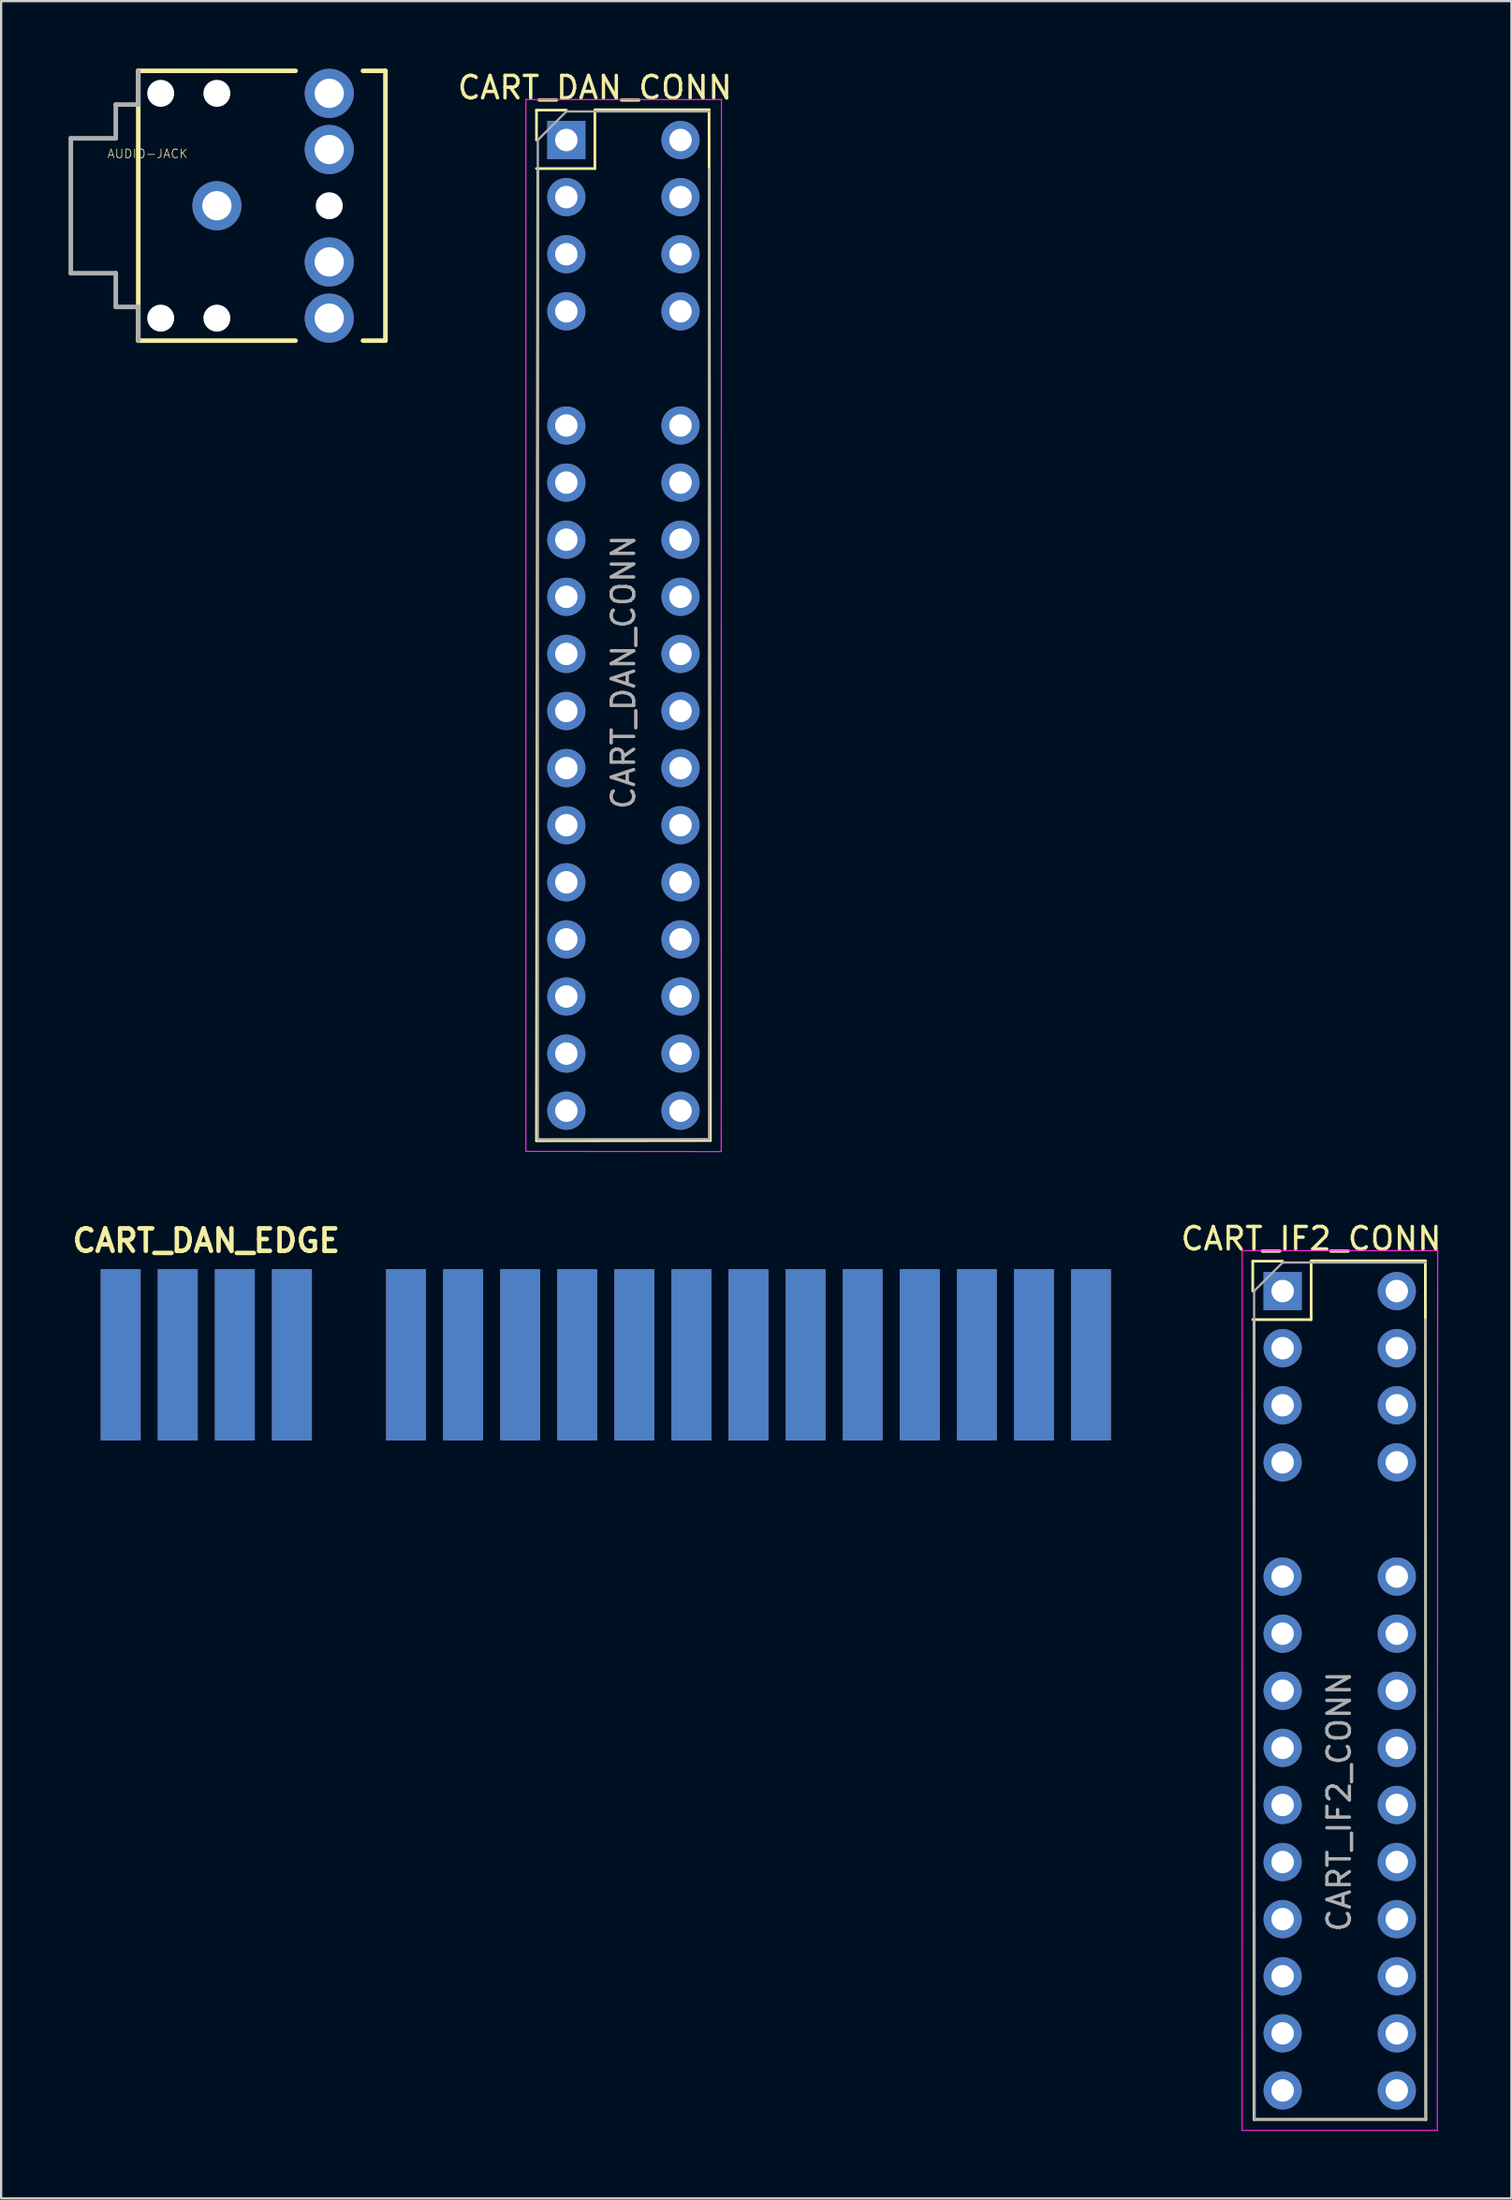
<source format=kicad_pcb>
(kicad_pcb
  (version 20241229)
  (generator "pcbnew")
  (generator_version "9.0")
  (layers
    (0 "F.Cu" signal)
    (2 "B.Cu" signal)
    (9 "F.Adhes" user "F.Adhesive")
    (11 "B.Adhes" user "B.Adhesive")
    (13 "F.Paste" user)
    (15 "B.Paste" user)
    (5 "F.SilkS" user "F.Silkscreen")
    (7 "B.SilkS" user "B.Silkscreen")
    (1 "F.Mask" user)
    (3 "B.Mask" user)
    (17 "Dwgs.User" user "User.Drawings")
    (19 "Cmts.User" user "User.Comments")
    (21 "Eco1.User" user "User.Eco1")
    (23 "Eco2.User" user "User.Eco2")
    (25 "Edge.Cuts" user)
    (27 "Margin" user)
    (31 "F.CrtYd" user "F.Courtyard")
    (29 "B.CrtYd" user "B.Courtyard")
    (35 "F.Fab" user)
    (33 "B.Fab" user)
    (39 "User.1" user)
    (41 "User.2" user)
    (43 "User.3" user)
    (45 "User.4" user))
  (footprint "CART_DAN_CONN"
    (layer "F.Cu")
    (at 22.153 3.178)
    (property "Reference" "CART_DAN_CONN" (at 1.27 -2.33 0) (layer "F.SilkS") (effects (font (size 1 1) (thickness 0.15))))
    (attr through_hole)
    (fp_line (start -1.33 -1.33) (end 0 -1.33) (stroke (width 0.12) (type solid)) (layer "F.SilkS"))
    (fp_line (start -1.33 0) (end -1.33 -1.33) (stroke (width 0.12) (type solid)) (layer "F.SilkS"))
    (fp_line (start -1.33 1.27) (end 1.27 1.27) (stroke (width 0.12) (type solid)) (layer "F.SilkS"))
    (fp_line (start -1.33 44.52) (end 6.41 44.51) (stroke (width 0.12) (type solid)) (layer "F.SilkS"))
    (fp_line (start -1.27 1.27) (end -1.33 44.51) (stroke (width 0.12) (type solid)) (layer "F.SilkS"))
    (fp_line (start 1.27 -1.346) (end 6.35 -1.346) (stroke (width 0.12) (type solid)) (layer "F.SilkS"))
    (fp_line (start 1.27 1.27) (end 1.27 -1.33) (stroke (width 0.12) (type solid)) (layer "F.SilkS"))
    (fp_line (start 6.35 -1.346) (end 6.41 44.51) (stroke (width 0.12) (type solid)) (layer "F.SilkS"))
    (fp_line (start -1.8 -1.8) (end -1.8 44.99) (stroke (width 0.05) (type solid)) (layer "F.CrtYd"))
    (fp_line (start -1.8 44.99) (end 6.9 45) (stroke (width 0.05) (type solid)) (layer "F.CrtYd"))
    (fp_line (start 6.89 44.99) (end 6.9 -1.8) (stroke (width 0.05) (type solid)) (layer "F.CrtYd"))
    (fp_line (start 6.9 -1.8) (end -1.8 -1.8) (stroke (width 0.05) (type solid)) (layer "F.CrtYd"))
    (fp_line (start -1.27 0) (end 0 -1.27) (stroke (width 0.1) (type solid)) (layer "F.Fab"))
    (fp_line (start -1.27 44.45) (end -1.27 0) (stroke (width 0.1) (type solid)) (layer "F.Fab"))
    (fp_line (start 0 -1.27) (end 6.35 -1.27) (stroke (width 0.1) (type solid)) (layer "F.Fab"))
    (fp_line (start 6.332 44.445) (end -1.27 44.45) (stroke (width 0.1) (type solid)) (layer "F.Fab"))
    (fp_line (start 6.35 1.27) (end 6.35 44.45) (stroke (width 0.1) (type solid)) (layer "F.Fab"))
    (fp_text user "${REFERENCE}" (at 2.54 23.673 90) (layer "F.Fab") (effects (font (size 1 1) (thickness 0.15))))
    (pad "1" thru_hole rect (at 0 0) (size 1.7 1.7) (drill 1) (layers "*.Cu" "*.Mask"))
    (pad "2" thru_hole oval (at 5.08 0) (size 1.7 1.7) (drill 1) (layers "*.Cu" "*.Mask"))
    (pad "3" thru_hole oval (at 0 2.54) (size 1.7 1.7) (drill 1) (layers "*.Cu" "*.Mask"))
    (pad "4" thru_hole oval (at 5.08 2.54) (size 1.7 1.7) (drill 1) (layers "*.Cu" "*.Mask"))
    (pad "5" thru_hole oval (at 0 5.08) (size 1.7 1.7) (drill 1) (layers "*.Cu" "*.Mask"))
    (pad "6" thru_hole oval (at 5.08 5.08) (size 1.7 1.7) (drill 1) (layers "*.Cu" "*.Mask"))
    (pad "7" thru_hole oval (at 0 7.62) (size 1.7 1.7) (drill 1) (layers "*.Cu" "*.Mask"))
    (pad "8" thru_hole oval (at 5.08 7.62) (size 1.7 1.7) (drill 1) (layers "*.Cu" "*.Mask"))
    (pad "9" thru_hole oval (at 0 12.7) (size 1.7 1.7) (drill 1) (layers "*.Cu" "*.Mask"))
    (pad "10" thru_hole oval (at 5.08 12.7) (size 1.7 1.7) (drill 1) (layers "*.Cu" "*.Mask"))
    (pad "11" thru_hole oval (at 0 15.24) (size 1.7 1.7) (drill 1) (layers "*.Cu" "*.Mask"))
    (pad "12" thru_hole oval (at 5.08 15.24) (size 1.7 1.7) (drill 1) (layers "*.Cu" "*.Mask"))
    (pad "13" thru_hole oval (at 0 17.78) (size 1.7 1.7) (drill 1) (layers "*.Cu" "*.Mask"))
    (pad "14" thru_hole oval (at 5.08 17.78) (size 1.7 1.7) (drill 1) (layers "*.Cu" "*.Mask"))
    (pad "15" thru_hole oval (at 0 20.32) (size 1.7 1.7) (drill 1) (layers "*.Cu" "*.Mask"))
    (pad "16" thru_hole oval (at 5.08 20.32) (size 1.7 1.7) (drill 1) (layers "*.Cu" "*.Mask"))
    (pad "17" thru_hole oval (at 0 22.86) (size 1.7 1.7) (drill 1) (layers "*.Cu" "*.Mask"))
    (pad "18" thru_hole oval (at 5.08 22.86) (size 1.7 1.7) (drill 1) (layers "*.Cu" "*.Mask"))
    (pad "19" thru_hole oval (at 0 25.4) (size 1.7 1.7) (drill 1) (layers "*.Cu" "*.Mask"))
    (pad "20" thru_hole oval (at 5.08 25.4) (size 1.7 1.7) (drill 1) (layers "*.Cu" "*.Mask"))
    (pad "21" thru_hole oval (at 0 27.94) (size 1.7 1.7) (drill 1) (layers "*.Cu" "*.Mask"))
    (pad "22" thru_hole oval (at 5.08 27.94) (size 1.7 1.7) (drill 1) (layers "*.Cu" "*.Mask"))
    (pad "23" thru_hole oval (at 0 30.48) (size 1.7 1.7) (drill 1) (layers "*.Cu" "*.Mask"))
    (pad "24" thru_hole oval (at 5.08 30.48) (size 1.7 1.7) (drill 1) (layers "*.Cu" "*.Mask"))
    (pad "25" thru_hole oval (at 0 33.02) (size 1.7 1.7) (drill 1) (layers "*.Cu" "*.Mask"))
    (pad "26" thru_hole oval (at 5.08 33.02) (size 1.7 1.7) (drill 1) (layers "*.Cu" "*.Mask"))
    (pad "27" thru_hole oval (at 0 35.56) (size 1.7 1.7) (drill 1) (layers "*.Cu" "*.Mask"))
    (pad "28" thru_hole oval (at 5.08 35.56) (size 1.7 1.7) (drill 1) (layers "*.Cu" "*.Mask"))
    (pad "29" thru_hole oval (at 0 38.1) (size 1.7 1.7) (drill 1) (layers "*.Cu" "*.Mask"))
    (pad "30" thru_hole oval (at 5.08 38.1) (size 1.7 1.7) (drill 1) (layers "*.Cu" "*.Mask"))
    (pad "31" thru_hole oval (at 0 40.64) (size 1.7 1.7) (drill 1) (layers "*.Cu" "*.Mask"))
    (pad "32" thru_hole oval (at 5.08 40.64) (size 1.7 1.7) (drill 1) (layers "*.Cu" "*.Mask"))
    (pad "33" thru_hole oval (at 0 43.18) (size 1.7 1.7) (drill 1) (layers "*.Cu" "*.Mask"))
    (pad "34" thru_hole oval (at 5.08 43.18) (size 1.7 1.7) (drill 1) (layers "*.Cu" "*.Mask")))
  (footprint "AUDIO-JACK"
    (layer "F.Cu")
    (at 6.602 6.102)
    (property "Reference" "AUDIO-JACK" (at -1.27 -2.54 0) (layer "F.SilkS") (effects (font (size 0.386 0.386) (thickness 0.033)) (justify right top)))
    (attr through_hole)
    (fp_line (start -3.5 -6) (end -3.5 6) (stroke (width 0.203) (type solid)) (layer "F.SilkS"))
    (fp_line (start -3.5 -6) (end 3.5 -6) (stroke (width 0.203) (type solid)) (layer "F.SilkS"))
    (fp_line (start -3.5 6) (end 3.5 6) (stroke (width 0.203) (type solid)) (layer "F.SilkS"))
    (fp_line (start 7.5 -6) (end 6.5 -6) (stroke (width 0.203) (type solid)) (layer "F.SilkS"))
    (fp_line (start 7.5 -6) (end 7.5 6) (stroke (width 0.203) (type solid)) (layer "F.SilkS"))
    (fp_line (start 7.5 6) (end 6.5 6) (stroke (width 0.203) (type solid)) (layer "F.SilkS"))
    (fp_line (start -6.5 -3) (end -6.5 3) (stroke (width 0.203) (type solid)) (layer "F.Fab"))
    (fp_line (start -6.5 -3) (end -4.5 -3) (stroke (width 0.203) (type solid)) (layer "F.Fab"))
    (fp_line (start -6.5 3) (end -4.5 3) (stroke (width 0.203) (type solid)) (layer "F.Fab"))
    (fp_line (start -4.5 -4.5) (end -4.5 -3) (stroke (width 0.203) (type solid)) (layer "F.Fab"))
    (fp_line (start -4.5 -4.5) (end -3.5 -4.5) (stroke (width 0.203) (type solid)) (layer "F.Fab"))
    (fp_line (start -4.5 3) (end -4.5 4.5) (stroke (width 0.203) (type solid)) (layer "F.Fab"))
    (fp_line (start -4.5 4.5) (end -3.5 4.5) (stroke (width 0.203) (type solid)) (layer "F.Fab"))
    (fp_line (start -3.5 -6) (end -3.5 -4.5) (stroke (width 0.203) (type solid)) (layer "F.Fab"))
    (fp_line (start -3.5 4.5) (end -3.5 6) (stroke (width 0.203) (type solid)) (layer "F.Fab"))
    (pad "" np_thru_hole circle (at -2.5 -5) (size 1.2 1.2) (drill 1.2) (layers "*.Cu"))
    (pad "" np_thru_hole circle (at -2.5 5) (size 1.2 1.2) (drill 1.2) (layers "*.Cu"))
    (pad "" np_thru_hole circle (at 0 -5) (size 1.2 1.2) (drill 1.2) (layers "*.Cu"))
    (pad "" np_thru_hole circle (at 0 5) (size 1.2 1.2) (drill 1.2) (layers "*.Cu"))
    (pad "" np_thru_hole circle (at 5 0) (size 1.2 1.2) (drill 1.2) (layers "*.Cu"))
    (pad "1" thru_hole circle (at 5 2.5) (size 2.184 2.184) (drill 1.3) (layers "*.Cu" "*.Mask"))
    (pad "2" thru_hole circle (at 5 -2.5) (size 2.184 2.184) (drill 1.3) (layers "*.Cu" "*.Mask"))
    (pad "3" thru_hole circle (at 0 0) (size 2.184 2.184) (drill 1.3) (layers "*.Cu" "*.Mask"))
    (pad "4" thru_hole circle (at 5 5) (size 2.184 2.184) (drill 1.3) (layers "*.Cu" "*.Mask"))
    (pad "5" thru_hole circle (at 5 -5) (size 2.184 2.184) (drill 1.3) (layers "*.Cu" "*.Mask")))
  (footprint "CART_DAN_EDGE"
    (layer "F.Cu")
    (at 22.639 57.219)
    (property "Reference" "CART_DAN_EDGE" (at -16.51 -5.08 180) (layer "F.SilkS") (effects (font (size 1 1) (thickness 0.2))))
    (attr through_hole)
    (pad "1" connect rect (at -20.32 0) (size 1.778 7.62) (layers "F.Cu" "F.Mask"))
    (pad "2" connect rect (at -20.32 0) (size 1.778 7.62) (layers "B.Cu" "B.Mask"))
    (pad "3" connect rect (at -17.78 0) (size 1.778 7.62) (layers "F.Cu" "F.Mask"))
    (pad "4" connect rect (at -17.78 0) (size 1.778 7.62) (layers "B.Cu" "B.Mask"))
    (pad "5" connect rect (at -15.24 0) (size 1.778 7.62) (layers "F.Cu" "F.Mask"))
    (pad "6" connect rect (at -15.24 0) (size 1.778 7.62) (layers "B.Cu" "B.Mask"))
    (pad "7" connect rect (at -12.7 0) (size 1.778 7.62) (layers "F.Cu" "F.Mask"))
    (pad "8" connect rect (at -12.7 0) (size 1.778 7.62) (layers "B.Cu" "B.Mask"))
    (pad "9" connect rect (at -7.62 0) (size 1.778 7.62) (layers "F.Cu" "F.Mask"))
    (pad "10" connect rect (at -7.62 0) (size 1.778 7.62) (layers "B.Cu" "B.Mask"))
    (pad "11" connect rect (at -5.08 0) (size 1.778 7.62) (layers "F.Cu" "F.Mask"))
    (pad "12" connect rect (at -5.08 0) (size 1.778 7.62) (layers "B.Cu" "B.Mask"))
    (pad "13" connect rect (at -2.54 0) (size 1.778 7.62) (layers "F.Cu" "F.Mask"))
    (pad "14" connect rect (at -2.54 0) (size 1.778 7.62) (layers "B.Cu" "B.Mask"))
    (pad "15" connect rect (at 0 0) (size 1.778 7.62) (layers "F.Cu" "F.Mask"))
    (pad "16" connect rect (at 0 0) (size 1.778 7.62) (layers "B.Cu" "B.Mask"))
    (pad "17" connect rect (at 2.54 0) (size 1.778 7.62) (layers "F.Cu" "F.Mask"))
    (pad "18" connect rect (at 2.54 0) (size 1.778 7.62) (layers "B.Cu" "B.Mask"))
    (pad "19" connect rect (at 5.08 0) (size 1.778 7.62) (layers "F.Cu" "F.Mask"))
    (pad "20" connect rect (at 5.08 0) (size 1.778 7.62) (layers "B.Cu" "B.Mask"))
    (pad "21" connect rect (at 7.62 0) (size 1.778 7.62) (layers "F.Cu" "F.Mask"))
    (pad "22" connect rect (at 7.62 0) (size 1.778 7.62) (layers "B.Cu" "B.Mask"))
    (pad "23" connect rect (at 10.16 0) (size 1.778 7.62) (layers "F.Cu" "F.Mask"))
    (pad "24" connect rect (at 10.16 0) (size 1.778 7.62) (layers "B.Cu" "B.Mask"))
    (pad "25" connect rect (at 12.7 0) (size 1.778 7.62) (layers "F.Cu" "F.Mask"))
    (pad "26" connect rect (at 12.7 0) (size 1.778 7.62) (layers "B.Cu" "B.Mask"))
    (pad "27" connect rect (at 15.24 0) (size 1.778 7.62) (layers "F.Cu" "F.Mask"))
    (pad "28" connect rect (at 15.24 0) (size 1.778 7.62) (layers "B.Cu" "B.Mask"))
    (pad "29" connect rect (at 17.78 0) (size 1.778 7.62) (layers "F.Cu" "F.Mask"))
    (pad "30" connect rect (at 17.78 0) (size 1.778 7.62) (layers "B.Cu" "B.Mask"))
    (pad "31" connect rect (at 20.32 0) (size 1.778 7.62) (layers "F.Cu" "F.Mask"))
    (pad "32" connect rect (at 20.32 0) (size 1.778 7.62) (layers "B.Cu" "B.Mask"))
    (pad "33" connect rect (at 22.86 0) (size 1.778 7.62) (layers "F.Cu" "F.Mask"))
    (pad "34" connect rect (at 22.86 0) (size 1.778 7.62) (layers "B.Cu" "B.Mask")))
  (footprint "CART_IF2_CONN"
    (layer "F.Cu")
    (at 54.028 54.382)
    (property "Reference" "CART_IF2_CONN" (at 1.27 -2.33 0) (layer "F.SilkS") (effects (font (size 1 1) (thickness 0.15))))
    (attr through_hole)
    (fp_line (start -1.33 -1.33) (end 0 -1.33) (stroke (width 0.12) (type solid)) (layer "F.SilkS"))
    (fp_line (start -1.33 0) (end -1.33 -1.33) (stroke (width 0.12) (type solid)) (layer "F.SilkS"))
    (fp_line (start -1.33 1.27) (end 1.27 1.27) (stroke (width 0.12) (type solid)) (layer "F.SilkS"))
    (fp_line (start -1.27 1.27) (end -1.27 36.855) (stroke (width 0.12) (type solid)) (layer "F.SilkS"))
    (fp_line (start -1.27 36.855) (end 6.375 36.855) (stroke (width 0.12) (type solid)) (layer "F.SilkS"))
    (fp_line (start 1.27 -1.346) (end 6.35 -1.346) (stroke (width 0.12) (type solid)) (layer "F.SilkS"))
    (fp_line (start 1.27 1.27) (end 1.27 -1.33) (stroke (width 0.12) (type solid)) (layer "F.SilkS"))
    (fp_line (start 6.35 -1.346) (end 6.375 36.855) (stroke (width 0.12) (type solid)) (layer "F.SilkS"))
    (fp_line (start -1.803 37.338) (end 6.883 37.338) (stroke (width 0.05) (type solid)) (layer "F.CrtYd"))
    (fp_line (start -1.8 -1.8) (end -1.803 37.338) (stroke (width 0.05) (type solid)) (layer "F.CrtYd"))
    (fp_line (start 6.883 37.338) (end 6.9 -1.8) (stroke (width 0.05) (type solid)) (layer "F.CrtYd"))
    (fp_line (start 6.9 -1.8) (end -1.8 -1.8) (stroke (width 0.05) (type solid)) (layer "F.CrtYd"))
    (fp_line (start -1.27 0) (end 0 -1.27) (stroke (width 0.1) (type solid)) (layer "F.Fab"))
    (fp_line (start -1.245 36.855) (end -1.27 0) (stroke (width 0.1) (type solid)) (layer "F.Fab"))
    (fp_line (start 0 -1.27) (end 6.35 -1.27) (stroke (width 0.1) (type solid)) (layer "F.Fab"))
    (fp_line (start 6.332 36.825) (end -1.27 36.83) (stroke (width 0.1) (type solid)) (layer "F.Fab"))
    (fp_line (start 6.35 1.27) (end 6.35 36.855) (stroke (width 0.1) (type solid)) (layer "F.Fab"))
    (fp_text user "${REFERENCE}" (at 2.515 22.708 90) (layer "F.Fab") (effects (font (size 1 1) (thickness 0.15))))
    (pad "1" thru_hole rect (at 0 0) (size 1.7 1.7) (drill 1) (layers "*.Cu" "*.Mask"))
    (pad "2" thru_hole oval (at 5.08 0) (size 1.7 1.7) (drill 1) (layers "*.Cu" "*.Mask"))
    (pad "3" thru_hole oval (at 0 2.54) (size 1.7 1.7) (drill 1) (layers "*.Cu" "*.Mask"))
    (pad "4" thru_hole oval (at 5.08 2.54) (size 1.7 1.7) (drill 1) (layers "*.Cu" "*.Mask"))
    (pad "5" thru_hole oval (at 0 5.08) (size 1.7 1.7) (drill 1) (layers "*.Cu" "*.Mask"))
    (pad "6" thru_hole oval (at 5.08 5.08) (size 1.7 1.7) (drill 1) (layers "*.Cu" "*.Mask"))
    (pad "7" thru_hole oval (at 0 7.62) (size 1.7 1.7) (drill 1) (layers "*.Cu" "*.Mask"))
    (pad "8" thru_hole oval (at 5.08 7.62) (size 1.7 1.7) (drill 1) (layers "*.Cu" "*.Mask"))
    (pad "9" thru_hole oval (at 0 12.7) (size 1.7 1.7) (drill 1) (layers "*.Cu" "*.Mask"))
    (pad "10" thru_hole oval (at 5.08 12.7) (size 1.7 1.7) (drill 1) (layers "*.Cu" "*.Mask"))
    (pad "11" thru_hole oval (at 0 15.24) (size 1.7 1.7) (drill 1) (layers "*.Cu" "*.Mask"))
    (pad "12" thru_hole oval (at 5.08 15.24) (size 1.7 1.7) (drill 1) (layers "*.Cu" "*.Mask"))
    (pad "13" thru_hole oval (at 0 17.78) (size 1.7 1.7) (drill 1) (layers "*.Cu" "*.Mask"))
    (pad "14" thru_hole oval (at 5.08 17.78) (size 1.7 1.7) (drill 1) (layers "*.Cu" "*.Mask"))
    (pad "15" thru_hole oval (at 0 20.32) (size 1.7 1.7) (drill 1) (layers "*.Cu" "*.Mask"))
    (pad "16" thru_hole oval (at 5.08 20.32) (size 1.7 1.7) (drill 1) (layers "*.Cu" "*.Mask"))
    (pad "17" thru_hole oval (at 0 22.86) (size 1.7 1.7) (drill 1) (layers "*.Cu" "*.Mask"))
    (pad "18" thru_hole oval (at 5.08 22.86) (size 1.7 1.7) (drill 1) (layers "*.Cu" "*.Mask"))
    (pad "19" thru_hole oval (at 0 25.4) (size 1.7 1.7) (drill 1) (layers "*.Cu" "*.Mask"))
    (pad "20" thru_hole oval (at 5.08 25.4) (size 1.7 1.7) (drill 1) (layers "*.Cu" "*.Mask"))
    (pad "21" thru_hole oval (at 0 27.94) (size 1.7 1.7) (drill 1) (layers "*.Cu" "*.Mask"))
    (pad "22" thru_hole oval (at 5.08 27.94) (size 1.7 1.7) (drill 1) (layers "*.Cu" "*.Mask"))
    (pad "23" thru_hole oval (at 0 30.48) (size 1.7 1.7) (drill 1) (layers "*.Cu" "*.Mask"))
    (pad "24" thru_hole oval (at 5.08 30.48) (size 1.7 1.7) (drill 1) (layers "*.Cu" "*.Mask"))
    (pad "25" thru_hole oval (at 0 33.02) (size 1.7 1.7) (drill 1) (layers "*.Cu" "*.Mask"))
    (pad "26" thru_hole oval (at 5.08 33.02) (size 1.7 1.7) (drill 1) (layers "*.Cu" "*.Mask"))
    (pad "27" thru_hole oval (at 0 35.56) (size 1.7 1.7) (drill 1) (layers "*.Cu" "*.Mask"))
    (pad "28" thru_hole oval (at 5.08 35.56) (size 1.7 1.7) (drill 1) (layers "*.Cu" "*.Mask")))
  (gr_rect
    (start -3 -3)
    (end 64.209 94.745)
    (stroke (width 0.1) (type default))
    (fill no)
    (layer "Edge.Cuts")))
</source>
